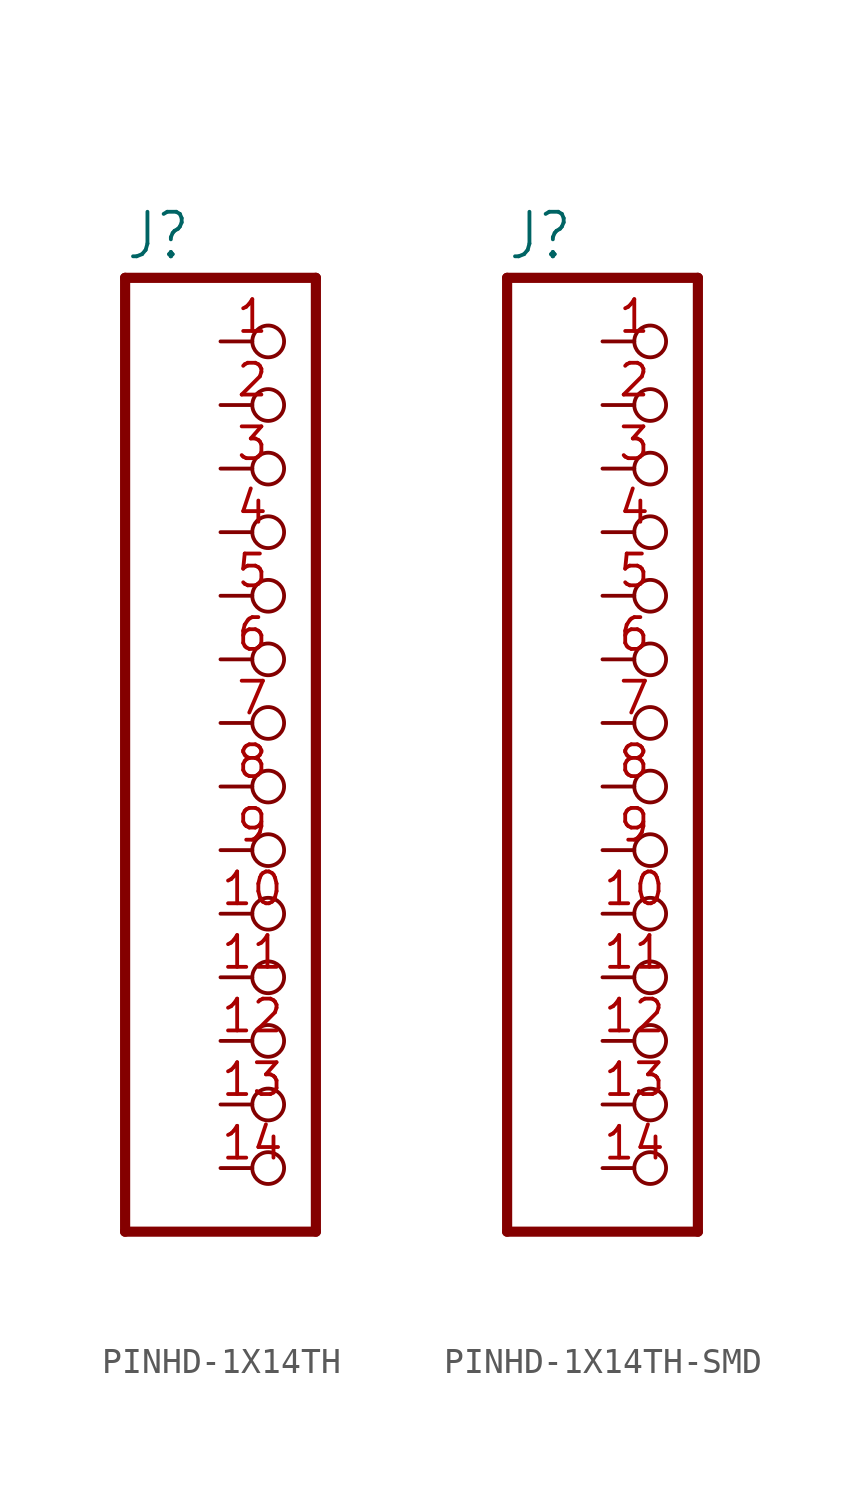
<source format=kicad_sym>
(kicad_symbol_lib
  (version 20220914)
  (generator kicad_symbol_editor)
  (symbol "PINHD-1X14TH"
    (property "Reference" "J"
      (at -6.35 18.415 0)
      (effects (font (size 1.778 1.511)) (justify left bottom)))
    (property "ki_locked" ""
      (at 0 0 0)
      (effects (font (size 1.27 1.27))))
    (symbol "PINHD-1X14TH_1_0"
      (polyline (pts (xy -6.35 -20.32) (xy 1.27 -20.32)) (stroke (width 0.406) (type solid)) (fill (type none)))
      (polyline (pts (xy -6.35 17.78) (xy -6.35 -20.32)) (stroke (width 0.406) (type solid)) (fill (type none)))
      (polyline (pts (xy 1.27 -20.32) (xy 1.27 17.78)) (stroke (width 0.406) (type solid)) (fill (type none)))
      (polyline (pts (xy 1.27 17.78) (xy -6.35 17.78)) (stroke (width 0.406) (type solid)) (fill (type none)))
      (pin passive inverted (at -2.54 15.24 0) (length 2.54) (name "1" (effects (font (size 0 0)))) (number "1" (effects (font (size 1.27 1.27)))))
      (pin passive inverted (at -2.54 -7.62 0) (length 2.54) (name "10" (effects (font (size 0 0)))) (number "10" (effects (font (size 1.27 1.27)))))
      (pin passive inverted (at -2.54 -10.16 0) (length 2.54) (name "11" (effects (font (size 0 0)))) (number "11" (effects (font (size 1.27 1.27)))))
      (pin passive inverted (at -2.54 -12.7 0) (length 2.54) (name "12" (effects (font (size 0 0)))) (number "12" (effects (font (size 1.27 1.27)))))
      (pin passive inverted (at -2.54 -15.24 0) (length 2.54) (name "13" (effects (font (size 0 0)))) (number "13" (effects (font (size 1.27 1.27)))))
      (pin passive inverted (at -2.54 -17.78 0) (length 2.54) (name "14" (effects (font (size 0 0)))) (number "14" (effects (font (size 1.27 1.27)))))
      (pin passive inverted (at -2.54 12.7 0) (length 2.54) (name "2" (effects (font (size 0 0)))) (number "2" (effects (font (size 1.27 1.27)))))
      (pin passive inverted (at -2.54 10.16 0) (length 2.54) (name "3" (effects (font (size 0 0)))) (number "3" (effects (font (size 1.27 1.27)))))
      (pin passive inverted (at -2.54 7.62 0) (length 2.54) (name "4" (effects (font (size 0 0)))) (number "4" (effects (font (size 1.27 1.27)))))
      (pin passive inverted (at -2.54 5.08 0) (length 2.54) (name "5" (effects (font (size 0 0)))) (number "5" (effects (font (size 1.27 1.27)))))
      (pin passive inverted (at -2.54 2.54 0) (length 2.54) (name "6" (effects (font (size 0 0)))) (number "6" (effects (font (size 1.27 1.27)))))
      (pin passive inverted (at -2.54 0 0) (length 2.54) (name "7" (effects (font (size 0 0)))) (number "7" (effects (font (size 1.27 1.27)))))
      (pin passive inverted (at -2.54 -2.54 0) (length 2.54) (name "8" (effects (font (size 0 0)))) (number "8" (effects (font (size 1.27 1.27)))))
      (pin passive inverted (at -2.54 -5.08 0) (length 2.54) (name "9" (effects (font (size 0 0)))) (number "9" (effects (font (size 1.27 1.27)))))))
  (symbol "PINHD-1X14TH-SMD"
    (property "Reference" "J"
      (at -6.35 18.415 0)
      (effects (font (size 1.778 1.511)) (justify left bottom)))
    (property "ki_locked" ""
      (at 0 0 0)
      (effects (font (size 1.27 1.27))))
    (symbol "PINHD-1X14TH-SMD_1_0"
      (polyline (pts (xy -6.35 -20.32) (xy 1.27 -20.32)) (stroke (width 0.406) (type solid)) (fill (type none)))
      (polyline (pts (xy -6.35 17.78) (xy -6.35 -20.32)) (stroke (width 0.406) (type solid)) (fill (type none)))
      (polyline (pts (xy 1.27 -20.32) (xy 1.27 17.78)) (stroke (width 0.406) (type solid)) (fill (type none)))
      (polyline (pts (xy 1.27 17.78) (xy -6.35 17.78)) (stroke (width 0.406) (type solid)) (fill (type none)))
      (pin passive inverted (at -2.54 15.24 0) (length 2.54) (name "1" (effects (font (size 0 0)))) (number "1" (effects (font (size 1.27 1.27)))))
      (pin passive inverted (at -2.54 -7.62 0) (length 2.54) (name "10" (effects (font (size 0 0)))) (number "10" (effects (font (size 1.27 1.27)))))
      (pin passive inverted (at -2.54 -10.16 0) (length 2.54) (name "11" (effects (font (size 0 0)))) (number "11" (effects (font (size 1.27 1.27)))))
      (pin passive inverted (at -2.54 -12.7 0) (length 2.54) (name "12" (effects (font (size 0 0)))) (number "12" (effects (font (size 1.27 1.27)))))
      (pin passive inverted (at -2.54 -15.24 0) (length 2.54) (name "13" (effects (font (size 0 0)))) (number "13" (effects (font (size 1.27 1.27)))))
      (pin passive inverted (at -2.54 -17.78 0) (length 2.54) (name "14" (effects (font (size 0 0)))) (number "14" (effects (font (size 1.27 1.27)))))
      (pin passive inverted (at -2.54 12.7 0) (length 2.54) (name "2" (effects (font (size 0 0)))) (number "2" (effects (font (size 1.27 1.27)))))
      (pin passive inverted (at -2.54 10.16 0) (length 2.54) (name "3" (effects (font (size 0 0)))) (number "3" (effects (font (size 1.27 1.27)))))
      (pin passive inverted (at -2.54 7.62 0) (length 2.54) (name "4" (effects (font (size 0 0)))) (number "4" (effects (font (size 1.27 1.27)))))
      (pin passive inverted (at -2.54 5.08 0) (length 2.54) (name "5" (effects (font (size 0 0)))) (number "5" (effects (font (size 1.27 1.27)))))
      (pin passive inverted (at -2.54 2.54 0) (length 2.54) (name "6" (effects (font (size 0 0)))) (number "6" (effects (font (size 1.27 1.27)))))
      (pin passive inverted (at -2.54 0 0) (length 2.54) (name "7" (effects (font (size 0 0)))) (number "7" (effects (font (size 1.27 1.27)))))
      (pin passive inverted (at -2.54 -2.54 0) (length 2.54) (name "8" (effects (font (size 0 0)))) (number "8" (effects (font (size 1.27 1.27)))))
      (pin passive inverted (at -2.54 -5.08 0) (length 2.54) (name "9" (effects (font (size 0 0)))) (number "9" (effects (font (size 1.27 1.27))))))))
</source>
